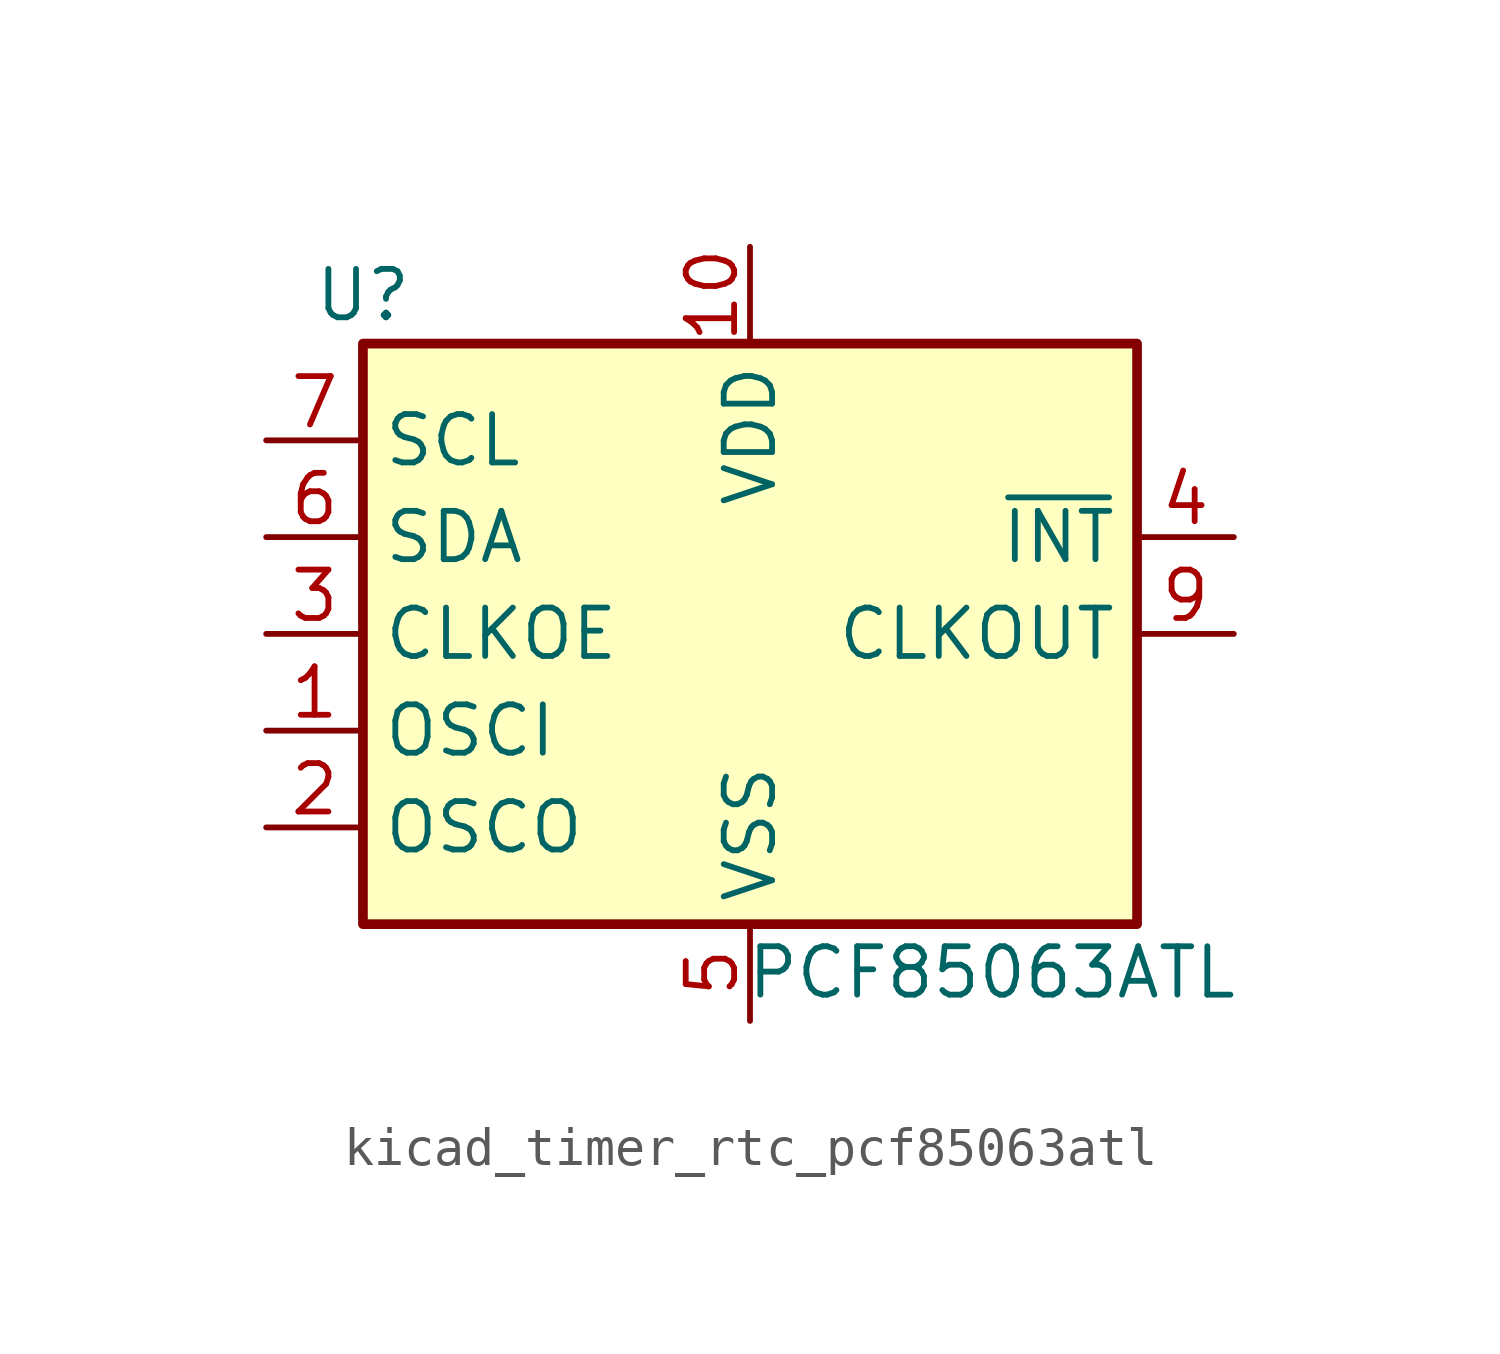
<source format=kicad_sym>
(kicad_symbol_lib
  (version 20220914)
  (generator kicad_symbol_editor)
  (symbol "kicad_timer_rtc_pcf85063atl"
    (property "Reference" "U"
      (at -10.16 8.89 0)
      (effects (font (size 1.27 1.27))))
    (property "Value" "PCF85063ATL"
      (at 6.35 -8.89 0)
      (effects (font (size 1.27 1.27))))
    (symbol "kicad_timer_rtc_pcf85063atl_0_1"
      (rectangle (start -10.16 7.62) (end 10.16 -7.62) (stroke (width 0.254) (type default)) (fill (type background))))
    (symbol "kicad_timer_rtc_pcf85063atl_1_1"
      (pin input line (at -12.7 -2.54 0) (length 2.54) (name "OSCI" (effects (font (size 1.27 1.27)))) (number "1" (effects (font (size 1.27 1.27)))))
      (pin power_in line (at 0 10.16 270) (length 2.54) (name "VDD" (effects (font (size 1.27 1.27)))) (number "10" (effects (font (size 1.27 1.27)))))
      (pin output line (at -12.7 -5.08 0) (length 2.54) (name "OSCO" (effects (font (size 1.27 1.27)))) (number "2" (effects (font (size 1.27 1.27)))))
      (pin input line (at -12.7 0 0) (length 2.54) (name "CLKOE" (effects (font (size 1.27 1.27)))) (number "3" (effects (font (size 1.27 1.27)))))
      (pin output line (at 12.7 2.54 180) (length 2.54) (name "~{INT}" (effects (font (size 1.27 1.27)))) (number "4" (effects (font (size 1.27 1.27)))))
      (pin power_in line (at 0 -10.16 90) (length 2.54) (name "VSS" (effects (font (size 1.27 1.27)))) (number "5" (effects (font (size 1.27 1.27)))))
      (pin bidirectional line (at -12.7 2.54 0) (length 2.54) (name "SDA" (effects (font (size 1.27 1.27)))) (number "6" (effects (font (size 1.27 1.27)))))
      (pin input line (at -12.7 5.08 0) (length 2.54) (name "SCL" (effects (font (size 1.27 1.27)))) (number "7" (effects (font (size 1.27 1.27)))))
      (pin no_connect line (at 10.16 5.08 180) (length 2.54) hide (name "NC" (effects (font (size 1.27 1.27)))) (number "8" (effects (font (size 1.27 1.27)))))
      (pin output line (at 12.7 0 180) (length 2.54) (name "CLKOUT" (effects (font (size 1.27 1.27)))) (number "9" (effects (font (size 1.27 1.27))))))))
</source>
